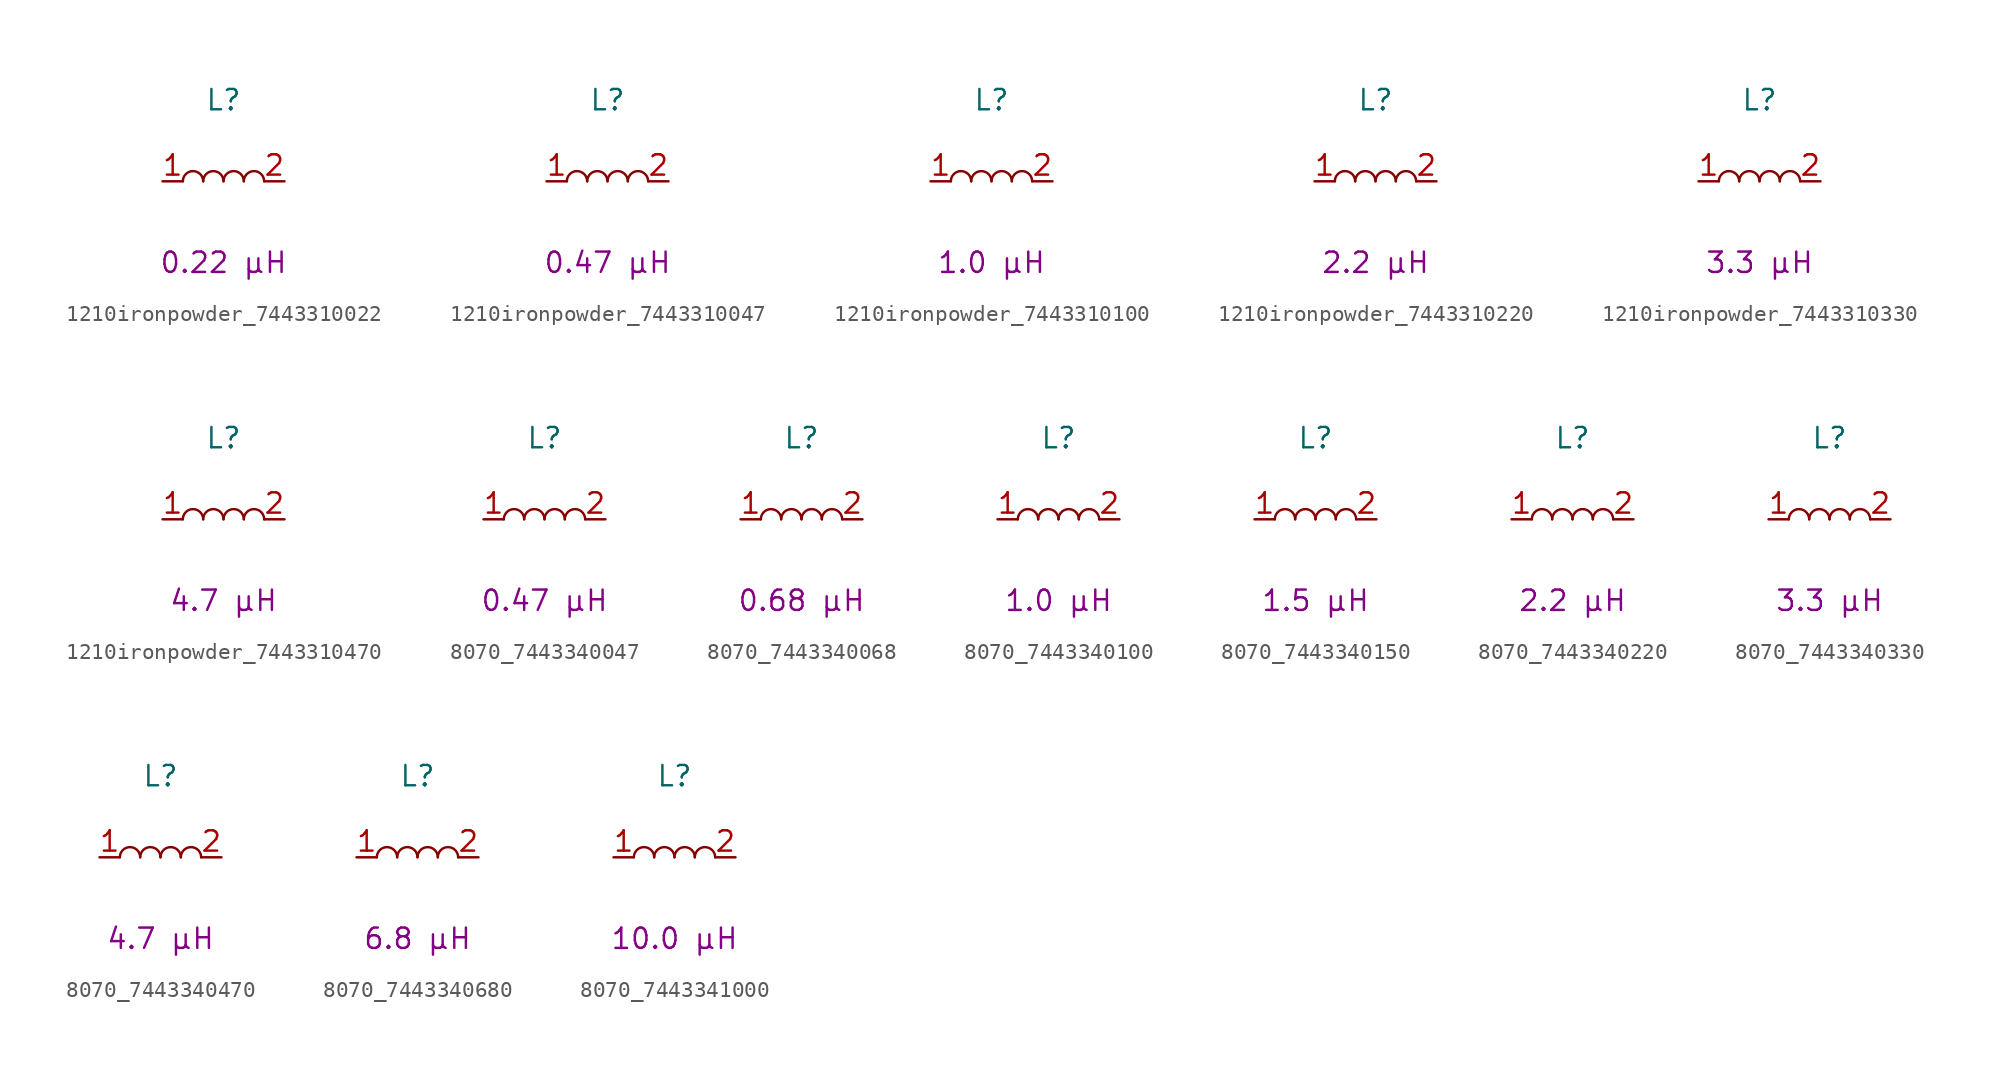
<source format=kicad_sym>
(kicad_symbol_lib
  (version 20220914)
  (generator kicad_symbol_editor)
  (symbol "1210ironpowder_7443310022"
    (pin_names hide)
    (property "Reference" "L"
      (at 0 5.08 0)
      (effects (font (size 1.27 1.27))))
    (property "Critical Parameter" "0.22 µH"
      (at 0 -5.08 0)
      (effects (font (size 1.27 1.27))))
    (symbol "1210ironpowder_7443310022_0_1"
      (arc (start -1.27 0) (mid -1.905 0.6323) (end -2.54 0) (stroke (width 0) (type default)) (fill (type none)))
      (arc (start 0 0) (mid -0.635 0.6323) (end -1.27 0) (stroke (width 0) (type default)) (fill (type none)))
      (arc (start 1.27 0) (mid 0.635 0.6323) (end 0 0) (stroke (width 0) (type default)) (fill (type none)))
      (arc (start 2.54 0) (mid 1.905 0.6323) (end 1.27 0) (stroke (width 0) (type default)) (fill (type none))))
    (symbol "1210ironpowder_7443310022_1_1"
      (pin passive line (at -3.81 0 0) (length 1.27) (name "1" (effects (font (size 1.27 1.27)))) (number "1" (effects (font (size 1.27 1.27)))))
      (pin passive line (at 3.81 0 180) (length 1.27) (name "2" (effects (font (size 1.27 1.27)))) (number "2" (effects (font (size 1.27 1.27)))))))
  (symbol "1210ironpowder_7443310047"
    (pin_names hide)
    (property "Reference" "L"
      (at 0 5.08 0)
      (effects (font (size 1.27 1.27))))
    (property "Critical Parameter" "0.47 µH"
      (at 0 -5.08 0)
      (effects (font (size 1.27 1.27))))
    (symbol "1210ironpowder_7443310047_0_1"
      (arc (start -1.27 0) (mid -1.905 0.6323) (end -2.54 0) (stroke (width 0) (type default)) (fill (type none)))
      (arc (start 0 0) (mid -0.635 0.6323) (end -1.27 0) (stroke (width 0) (type default)) (fill (type none)))
      (arc (start 1.27 0) (mid 0.635 0.6323) (end 0 0) (stroke (width 0) (type default)) (fill (type none)))
      (arc (start 2.54 0) (mid 1.905 0.6323) (end 1.27 0) (stroke (width 0) (type default)) (fill (type none))))
    (symbol "1210ironpowder_7443310047_1_1"
      (pin passive line (at -3.81 0 0) (length 1.27) (name "1" (effects (font (size 1.27 1.27)))) (number "1" (effects (font (size 1.27 1.27)))))
      (pin passive line (at 3.81 0 180) (length 1.27) (name "2" (effects (font (size 1.27 1.27)))) (number "2" (effects (font (size 1.27 1.27)))))))
  (symbol "1210ironpowder_7443310100"
    (pin_names hide)
    (property "Reference" "L"
      (at 0 5.08 0)
      (effects (font (size 1.27 1.27))))
    (property "Critical Parameter" "1.0 µH"
      (at 0 -5.08 0)
      (effects (font (size 1.27 1.27))))
    (symbol "1210ironpowder_7443310100_0_1"
      (arc (start -1.27 0) (mid -1.905 0.6323) (end -2.54 0) (stroke (width 0) (type default)) (fill (type none)))
      (arc (start 0 0) (mid -0.635 0.6323) (end -1.27 0) (stroke (width 0) (type default)) (fill (type none)))
      (arc (start 1.27 0) (mid 0.635 0.6323) (end 0 0) (stroke (width 0) (type default)) (fill (type none)))
      (arc (start 2.54 0) (mid 1.905 0.6323) (end 1.27 0) (stroke (width 0) (type default)) (fill (type none))))
    (symbol "1210ironpowder_7443310100_1_1"
      (pin passive line (at -3.81 0 0) (length 1.27) (name "1" (effects (font (size 1.27 1.27)))) (number "1" (effects (font (size 1.27 1.27)))))
      (pin passive line (at 3.81 0 180) (length 1.27) (name "2" (effects (font (size 1.27 1.27)))) (number "2" (effects (font (size 1.27 1.27)))))))
  (symbol "1210ironpowder_7443310220"
    (pin_names hide)
    (property "Reference" "L"
      (at 0 5.08 0)
      (effects (font (size 1.27 1.27))))
    (property "Critical Parameter" "2.2 µH"
      (at 0 -5.08 0)
      (effects (font (size 1.27 1.27))))
    (symbol "1210ironpowder_7443310220_0_1"
      (arc (start -1.27 0) (mid -1.905 0.6323) (end -2.54 0) (stroke (width 0) (type default)) (fill (type none)))
      (arc (start 0 0) (mid -0.635 0.6323) (end -1.27 0) (stroke (width 0) (type default)) (fill (type none)))
      (arc (start 1.27 0) (mid 0.635 0.6323) (end 0 0) (stroke (width 0) (type default)) (fill (type none)))
      (arc (start 2.54 0) (mid 1.905 0.6323) (end 1.27 0) (stroke (width 0) (type default)) (fill (type none))))
    (symbol "1210ironpowder_7443310220_1_1"
      (pin passive line (at -3.81 0 0) (length 1.27) (name "1" (effects (font (size 1.27 1.27)))) (number "1" (effects (font (size 1.27 1.27)))))
      (pin passive line (at 3.81 0 180) (length 1.27) (name "2" (effects (font (size 1.27 1.27)))) (number "2" (effects (font (size 1.27 1.27)))))))
  (symbol "1210ironpowder_7443310330"
    (pin_names hide)
    (property "Reference" "L"
      (at 0 5.08 0)
      (effects (font (size 1.27 1.27))))
    (property "Critical Parameter" "3.3 µH"
      (at 0 -5.08 0)
      (effects (font (size 1.27 1.27))))
    (symbol "1210ironpowder_7443310330_0_1"
      (arc (start -1.27 0) (mid -1.905 0.6323) (end -2.54 0) (stroke (width 0) (type default)) (fill (type none)))
      (arc (start 0 0) (mid -0.635 0.6323) (end -1.27 0) (stroke (width 0) (type default)) (fill (type none)))
      (arc (start 1.27 0) (mid 0.635 0.6323) (end 0 0) (stroke (width 0) (type default)) (fill (type none)))
      (arc (start 2.54 0) (mid 1.905 0.6323) (end 1.27 0) (stroke (width 0) (type default)) (fill (type none))))
    (symbol "1210ironpowder_7443310330_1_1"
      (pin passive line (at -3.81 0 0) (length 1.27) (name "1" (effects (font (size 1.27 1.27)))) (number "1" (effects (font (size 1.27 1.27)))))
      (pin passive line (at 3.81 0 180) (length 1.27) (name "2" (effects (font (size 1.27 1.27)))) (number "2" (effects (font (size 1.27 1.27)))))))
  (symbol "1210ironpowder_7443310470"
    (pin_names hide)
    (property "Reference" "L"
      (at 0 5.08 0)
      (effects (font (size 1.27 1.27))))
    (property "Critical Parameter" "4.7 µH"
      (at 0 -5.08 0)
      (effects (font (size 1.27 1.27))))
    (symbol "1210ironpowder_7443310470_0_1"
      (arc (start -1.27 0) (mid -1.905 0.6323) (end -2.54 0) (stroke (width 0) (type default)) (fill (type none)))
      (arc (start 0 0) (mid -0.635 0.6323) (end -1.27 0) (stroke (width 0) (type default)) (fill (type none)))
      (arc (start 1.27 0) (mid 0.635 0.6323) (end 0 0) (stroke (width 0) (type default)) (fill (type none)))
      (arc (start 2.54 0) (mid 1.905 0.6323) (end 1.27 0) (stroke (width 0) (type default)) (fill (type none))))
    (symbol "1210ironpowder_7443310470_1_1"
      (pin passive line (at -3.81 0 0) (length 1.27) (name "1" (effects (font (size 1.27 1.27)))) (number "1" (effects (font (size 1.27 1.27)))))
      (pin passive line (at 3.81 0 180) (length 1.27) (name "2" (effects (font (size 1.27 1.27)))) (number "2" (effects (font (size 1.27 1.27)))))))
  (symbol "8070_7443340047"
    (pin_names hide)
    (property "Reference" "L"
      (at 0 5.08 0)
      (effects (font (size 1.27 1.27))))
    (property "Critical Parameter" "0.47 µH"
      (at 0 -5.08 0)
      (effects (font (size 1.27 1.27))))
    (symbol "8070_7443340047_0_1"
      (arc (start -1.27 0) (mid -1.905 0.6323) (end -2.54 0) (stroke (width 0) (type default)) (fill (type none)))
      (arc (start 0 0) (mid -0.635 0.6323) (end -1.27 0) (stroke (width 0) (type default)) (fill (type none)))
      (arc (start 1.27 0) (mid 0.635 0.6323) (end 0 0) (stroke (width 0) (type default)) (fill (type none)))
      (arc (start 2.54 0) (mid 1.905 0.6323) (end 1.27 0) (stroke (width 0) (type default)) (fill (type none))))
    (symbol "8070_7443340047_1_1"
      (pin passive line (at -3.81 0 0) (length 1.27) (name "1" (effects (font (size 1.27 1.27)))) (number "1" (effects (font (size 1.27 1.27)))))
      (pin passive line (at 3.81 0 180) (length 1.27) (name "2" (effects (font (size 1.27 1.27)))) (number "2" (effects (font (size 1.27 1.27)))))))
  (symbol "8070_7443340068"
    (pin_names hide)
    (property "Reference" "L"
      (at 0 5.08 0)
      (effects (font (size 1.27 1.27))))
    (property "Critical Parameter" "0.68 µH"
      (at 0 -5.08 0)
      (effects (font (size 1.27 1.27))))
    (symbol "8070_7443340068_0_1"
      (arc (start -1.27 0) (mid -1.905 0.6323) (end -2.54 0) (stroke (width 0) (type default)) (fill (type none)))
      (arc (start 0 0) (mid -0.635 0.6323) (end -1.27 0) (stroke (width 0) (type default)) (fill (type none)))
      (arc (start 1.27 0) (mid 0.635 0.6323) (end 0 0) (stroke (width 0) (type default)) (fill (type none)))
      (arc (start 2.54 0) (mid 1.905 0.6323) (end 1.27 0) (stroke (width 0) (type default)) (fill (type none))))
    (symbol "8070_7443340068_1_1"
      (pin passive line (at -3.81 0 0) (length 1.27) (name "1" (effects (font (size 1.27 1.27)))) (number "1" (effects (font (size 1.27 1.27)))))
      (pin passive line (at 3.81 0 180) (length 1.27) (name "2" (effects (font (size 1.27 1.27)))) (number "2" (effects (font (size 1.27 1.27)))))))
  (symbol "8070_7443340100"
    (pin_names hide)
    (property "Reference" "L"
      (at 0 5.08 0)
      (effects (font (size 1.27 1.27))))
    (property "Critical Parameter" "1.0 µH"
      (at 0 -5.08 0)
      (effects (font (size 1.27 1.27))))
    (symbol "8070_7443340100_0_1"
      (arc (start -1.27 0) (mid -1.905 0.6323) (end -2.54 0) (stroke (width 0) (type default)) (fill (type none)))
      (arc (start 0 0) (mid -0.635 0.6323) (end -1.27 0) (stroke (width 0) (type default)) (fill (type none)))
      (arc (start 1.27 0) (mid 0.635 0.6323) (end 0 0) (stroke (width 0) (type default)) (fill (type none)))
      (arc (start 2.54 0) (mid 1.905 0.6323) (end 1.27 0) (stroke (width 0) (type default)) (fill (type none))))
    (symbol "8070_7443340100_1_1"
      (pin passive line (at -3.81 0 0) (length 1.27) (name "1" (effects (font (size 1.27 1.27)))) (number "1" (effects (font (size 1.27 1.27)))))
      (pin passive line (at 3.81 0 180) (length 1.27) (name "2" (effects (font (size 1.27 1.27)))) (number "2" (effects (font (size 1.27 1.27)))))))
  (symbol "8070_7443340150"
    (pin_names hide)
    (property "Reference" "L"
      (at 0 5.08 0)
      (effects (font (size 1.27 1.27))))
    (property "Critical Parameter" "1.5 µH"
      (at 0 -5.08 0)
      (effects (font (size 1.27 1.27))))
    (symbol "8070_7443340150_0_1"
      (arc (start -1.27 0) (mid -1.905 0.6323) (end -2.54 0) (stroke (width 0) (type default)) (fill (type none)))
      (arc (start 0 0) (mid -0.635 0.6323) (end -1.27 0) (stroke (width 0) (type default)) (fill (type none)))
      (arc (start 1.27 0) (mid 0.635 0.6323) (end 0 0) (stroke (width 0) (type default)) (fill (type none)))
      (arc (start 2.54 0) (mid 1.905 0.6323) (end 1.27 0) (stroke (width 0) (type default)) (fill (type none))))
    (symbol "8070_7443340150_1_1"
      (pin passive line (at -3.81 0 0) (length 1.27) (name "1" (effects (font (size 1.27 1.27)))) (number "1" (effects (font (size 1.27 1.27)))))
      (pin passive line (at 3.81 0 180) (length 1.27) (name "2" (effects (font (size 1.27 1.27)))) (number "2" (effects (font (size 1.27 1.27)))))))
  (symbol "8070_7443340220"
    (pin_names hide)
    (property "Reference" "L"
      (at 0 5.08 0)
      (effects (font (size 1.27 1.27))))
    (property "Critical Parameter" "2.2 µH"
      (at 0 -5.08 0)
      (effects (font (size 1.27 1.27))))
    (symbol "8070_7443340220_0_1"
      (arc (start -1.27 0) (mid -1.905 0.6323) (end -2.54 0) (stroke (width 0) (type default)) (fill (type none)))
      (arc (start 0 0) (mid -0.635 0.6323) (end -1.27 0) (stroke (width 0) (type default)) (fill (type none)))
      (arc (start 1.27 0) (mid 0.635 0.6323) (end 0 0) (stroke (width 0) (type default)) (fill (type none)))
      (arc (start 2.54 0) (mid 1.905 0.6323) (end 1.27 0) (stroke (width 0) (type default)) (fill (type none))))
    (symbol "8070_7443340220_1_1"
      (pin passive line (at -3.81 0 0) (length 1.27) (name "1" (effects (font (size 1.27 1.27)))) (number "1" (effects (font (size 1.27 1.27)))))
      (pin passive line (at 3.81 0 180) (length 1.27) (name "2" (effects (font (size 1.27 1.27)))) (number "2" (effects (font (size 1.27 1.27)))))))
  (symbol "8070_7443340330"
    (pin_names hide)
    (property "Reference" "L"
      (at 0 5.08 0)
      (effects (font (size 1.27 1.27))))
    (property "Critical Parameter" "3.3 µH"
      (at 0 -5.08 0)
      (effects (font (size 1.27 1.27))))
    (symbol "8070_7443340330_0_1"
      (arc (start -1.27 0) (mid -1.905 0.6323) (end -2.54 0) (stroke (width 0) (type default)) (fill (type none)))
      (arc (start 0 0) (mid -0.635 0.6323) (end -1.27 0) (stroke (width 0) (type default)) (fill (type none)))
      (arc (start 1.27 0) (mid 0.635 0.6323) (end 0 0) (stroke (width 0) (type default)) (fill (type none)))
      (arc (start 2.54 0) (mid 1.905 0.6323) (end 1.27 0) (stroke (width 0) (type default)) (fill (type none))))
    (symbol "8070_7443340330_1_1"
      (pin passive line (at -3.81 0 0) (length 1.27) (name "1" (effects (font (size 1.27 1.27)))) (number "1" (effects (font (size 1.27 1.27)))))
      (pin passive line (at 3.81 0 180) (length 1.27) (name "2" (effects (font (size 1.27 1.27)))) (number "2" (effects (font (size 1.27 1.27)))))))
  (symbol "8070_7443340470"
    (pin_names hide)
    (property "Reference" "L"
      (at 0 5.08 0)
      (effects (font (size 1.27 1.27))))
    (property "Critical Parameter" "4.7 µH"
      (at 0 -5.08 0)
      (effects (font (size 1.27 1.27))))
    (symbol "8070_7443340470_0_1"
      (arc (start -1.27 0) (mid -1.905 0.6323) (end -2.54 0) (stroke (width 0) (type default)) (fill (type none)))
      (arc (start 0 0) (mid -0.635 0.6323) (end -1.27 0) (stroke (width 0) (type default)) (fill (type none)))
      (arc (start 1.27 0) (mid 0.635 0.6323) (end 0 0) (stroke (width 0) (type default)) (fill (type none)))
      (arc (start 2.54 0) (mid 1.905 0.6323) (end 1.27 0) (stroke (width 0) (type default)) (fill (type none))))
    (symbol "8070_7443340470_1_1"
      (pin passive line (at -3.81 0 0) (length 1.27) (name "1" (effects (font (size 1.27 1.27)))) (number "1" (effects (font (size 1.27 1.27)))))
      (pin passive line (at 3.81 0 180) (length 1.27) (name "2" (effects (font (size 1.27 1.27)))) (number "2" (effects (font (size 1.27 1.27)))))))
  (symbol "8070_7443340680"
    (pin_names hide)
    (property "Reference" "L"
      (at 0 5.08 0)
      (effects (font (size 1.27 1.27))))
    (property "Critical Parameter" "6.8 µH"
      (at 0 -5.08 0)
      (effects (font (size 1.27 1.27))))
    (symbol "8070_7443340680_0_1"
      (arc (start -1.27 0) (mid -1.905 0.6323) (end -2.54 0) (stroke (width 0) (type default)) (fill (type none)))
      (arc (start 0 0) (mid -0.635 0.6323) (end -1.27 0) (stroke (width 0) (type default)) (fill (type none)))
      (arc (start 1.27 0) (mid 0.635 0.6323) (end 0 0) (stroke (width 0) (type default)) (fill (type none)))
      (arc (start 2.54 0) (mid 1.905 0.6323) (end 1.27 0) (stroke (width 0) (type default)) (fill (type none))))
    (symbol "8070_7443340680_1_1"
      (pin passive line (at -3.81 0 0) (length 1.27) (name "1" (effects (font (size 1.27 1.27)))) (number "1" (effects (font (size 1.27 1.27)))))
      (pin passive line (at 3.81 0 180) (length 1.27) (name "2" (effects (font (size 1.27 1.27)))) (number "2" (effects (font (size 1.27 1.27)))))))
  (symbol "8070_7443341000"
    (pin_names hide)
    (property "Reference" "L"
      (at 0 5.08 0)
      (effects (font (size 1.27 1.27))))
    (property "Critical Parameter" "10.0 µH"
      (at 0 -5.08 0)
      (effects (font (size 1.27 1.27))))
    (symbol "8070_7443341000_0_1"
      (arc (start -1.27 0) (mid -1.905 0.6323) (end -2.54 0) (stroke (width 0) (type default)) (fill (type none)))
      (arc (start 0 0) (mid -0.635 0.6323) (end -1.27 0) (stroke (width 0) (type default)) (fill (type none)))
      (arc (start 1.27 0) (mid 0.635 0.6323) (end 0 0) (stroke (width 0) (type default)) (fill (type none)))
      (arc (start 2.54 0) (mid 1.905 0.6323) (end 1.27 0) (stroke (width 0) (type default)) (fill (type none))))
    (symbol "8070_7443341000_1_1"
      (pin passive line (at -3.81 0 0) (length 1.27) (name "1" (effects (font (size 1.27 1.27)))) (number "1" (effects (font (size 1.27 1.27)))))
      (pin passive line (at 3.81 0 180) (length 1.27) (name "2" (effects (font (size 1.27 1.27)))) (number "2" (effects (font (size 1.27 1.27))))))))
</source>
